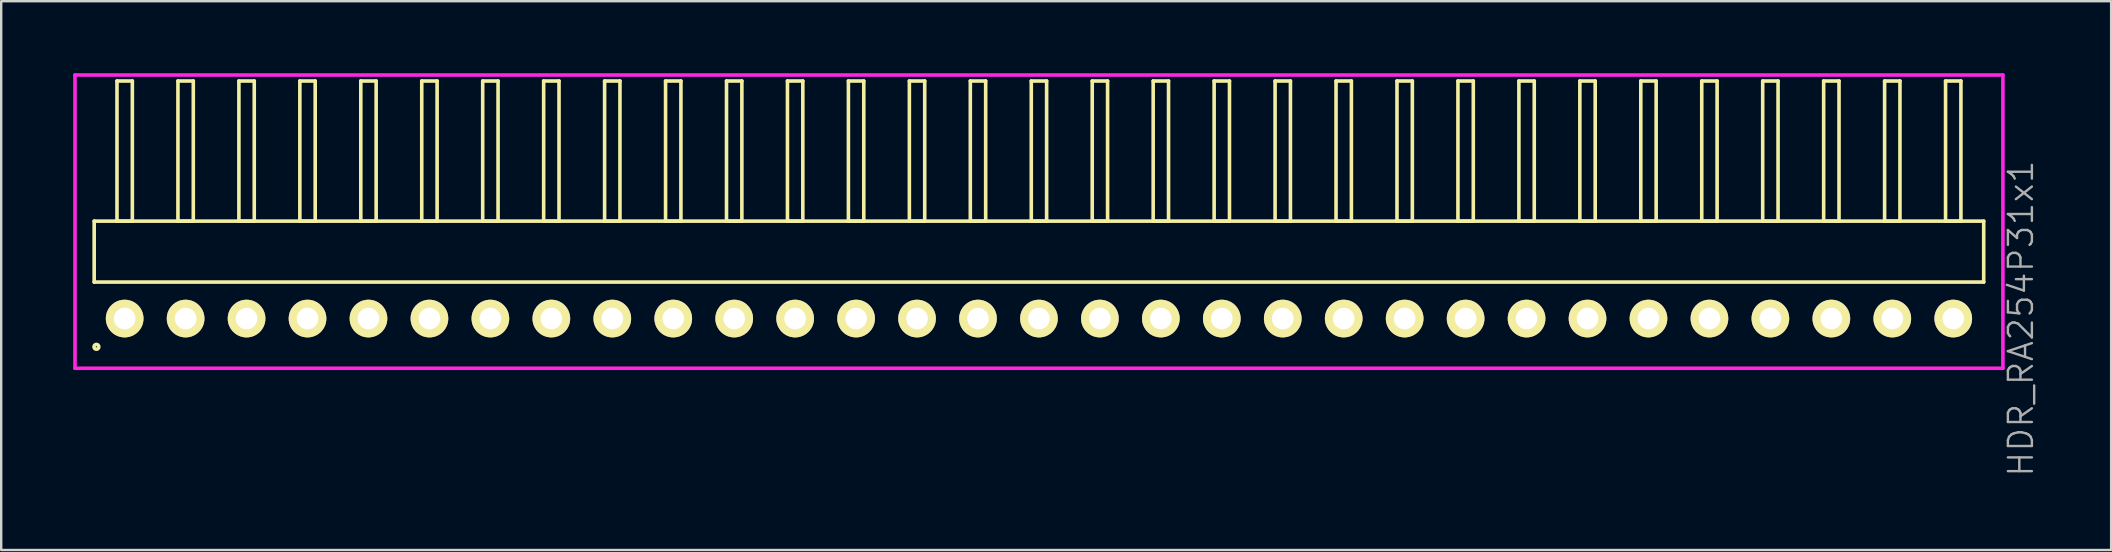
<source format=kicad_pcb>
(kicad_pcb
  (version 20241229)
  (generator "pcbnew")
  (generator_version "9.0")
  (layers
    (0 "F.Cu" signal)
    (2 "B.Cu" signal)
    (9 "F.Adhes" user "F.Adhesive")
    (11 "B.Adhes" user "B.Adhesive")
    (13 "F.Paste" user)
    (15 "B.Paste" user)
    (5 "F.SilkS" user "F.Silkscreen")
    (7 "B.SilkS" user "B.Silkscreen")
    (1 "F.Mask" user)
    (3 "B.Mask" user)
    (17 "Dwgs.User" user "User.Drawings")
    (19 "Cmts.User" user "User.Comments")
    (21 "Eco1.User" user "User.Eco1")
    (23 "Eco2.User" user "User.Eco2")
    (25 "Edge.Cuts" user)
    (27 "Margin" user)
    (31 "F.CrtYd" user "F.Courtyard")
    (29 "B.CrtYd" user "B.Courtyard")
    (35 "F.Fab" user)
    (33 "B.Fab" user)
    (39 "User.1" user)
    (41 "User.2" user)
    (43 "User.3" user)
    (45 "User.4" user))
  (footprint "HDR_RA254P31x1"
    (layer "F.Cu")
    (at 40.245 10.225)
    (property "Reference" "HDR_RA254P31x1" (at 40.92 0 90) (layer "F.Fab") (effects (font (size 1 1) (thickness 0.1))))
    (attr through_hole)
    (fp_line (start -39.37 -4.06) (end -39.37 -1.52) (stroke (width 0.15) (type solid)) (layer "F.SilkS"))
    (fp_line (start -39.37 -1.52) (end 39.37 -1.52) (stroke (width 0.15) (type solid)) (layer "F.SilkS"))
    (fp_line (start -38.42 -9.9) (end -38.42 -4.06) (stroke (width 0.15) (type solid)) (layer "F.SilkS"))
    (fp_line (start -38.42 -4.06) (end -37.78 -4.06) (stroke (width 0.15) (type solid)) (layer "F.SilkS"))
    (fp_line (start -37.78 -9.9) (end -38.42 -9.9) (stroke (width 0.15) (type solid)) (layer "F.SilkS"))
    (fp_line (start -37.78 -4.06) (end -37.78 -9.9) (stroke (width 0.15) (type solid)) (layer "F.SilkS"))
    (fp_line (start -35.88 -9.9) (end -35.88 -4.06) (stroke (width 0.15) (type solid)) (layer "F.SilkS"))
    (fp_line (start -35.88 -4.06) (end -35.24 -4.06) (stroke (width 0.15) (type solid)) (layer "F.SilkS"))
    (fp_line (start -35.24 -9.9) (end -35.88 -9.9) (stroke (width 0.15) (type solid)) (layer "F.SilkS"))
    (fp_line (start -35.24 -4.06) (end -35.24 -9.9) (stroke (width 0.15) (type solid)) (layer "F.SilkS"))
    (fp_line (start -33.34 -9.9) (end -33.34 -4.06) (stroke (width 0.15) (type solid)) (layer "F.SilkS"))
    (fp_line (start -33.34 -4.06) (end -32.7 -4.06) (stroke (width 0.15) (type solid)) (layer "F.SilkS"))
    (fp_line (start -32.7 -9.9) (end -33.34 -9.9) (stroke (width 0.15) (type solid)) (layer "F.SilkS"))
    (fp_line (start -32.7 -4.06) (end -32.7 -9.9) (stroke (width 0.15) (type solid)) (layer "F.SilkS"))
    (fp_line (start -30.8 -9.9) (end -30.8 -4.06) (stroke (width 0.15) (type solid)) (layer "F.SilkS"))
    (fp_line (start -30.8 -4.06) (end -30.16 -4.06) (stroke (width 0.15) (type solid)) (layer "F.SilkS"))
    (fp_line (start -30.16 -9.9) (end -30.8 -9.9) (stroke (width 0.15) (type solid)) (layer "F.SilkS"))
    (fp_line (start -30.16 -4.06) (end -30.16 -9.9) (stroke (width 0.15) (type solid)) (layer "F.SilkS"))
    (fp_line (start -28.26 -9.9) (end -28.26 -4.06) (stroke (width 0.15) (type solid)) (layer "F.SilkS"))
    (fp_line (start -28.26 -4.06) (end -27.62 -4.06) (stroke (width 0.15) (type solid)) (layer "F.SilkS"))
    (fp_line (start -27.62 -9.9) (end -28.26 -9.9) (stroke (width 0.15) (type solid)) (layer "F.SilkS"))
    (fp_line (start -27.62 -4.06) (end -27.62 -9.9) (stroke (width 0.15) (type solid)) (layer "F.SilkS"))
    (fp_line (start -25.72 -9.9) (end -25.72 -4.06) (stroke (width 0.15) (type solid)) (layer "F.SilkS"))
    (fp_line (start -25.72 -4.06) (end -25.08 -4.06) (stroke (width 0.15) (type solid)) (layer "F.SilkS"))
    (fp_line (start -25.08 -9.9) (end -25.72 -9.9) (stroke (width 0.15) (type solid)) (layer "F.SilkS"))
    (fp_line (start -25.08 -4.06) (end -25.08 -9.9) (stroke (width 0.15) (type solid)) (layer "F.SilkS"))
    (fp_line (start -23.18 -9.9) (end -23.18 -4.06) (stroke (width 0.15) (type solid)) (layer "F.SilkS"))
    (fp_line (start -23.18 -4.06) (end -22.54 -4.06) (stroke (width 0.15) (type solid)) (layer "F.SilkS"))
    (fp_line (start -22.54 -9.9) (end -23.18 -9.9) (stroke (width 0.15) (type solid)) (layer "F.SilkS"))
    (fp_line (start -22.54 -4.06) (end -22.54 -9.9) (stroke (width 0.15) (type solid)) (layer "F.SilkS"))
    (fp_line (start -20.64 -9.9) (end -20.64 -4.06) (stroke (width 0.15) (type solid)) (layer "F.SilkS"))
    (fp_line (start -20.64 -4.06) (end -20 -4.06) (stroke (width 0.15) (type solid)) (layer "F.SilkS"))
    (fp_line (start -20 -9.9) (end -20.64 -9.9) (stroke (width 0.15) (type solid)) (layer "F.SilkS"))
    (fp_line (start -20 -4.06) (end -20 -9.9) (stroke (width 0.15) (type solid)) (layer "F.SilkS"))
    (fp_line (start -18.1 -9.9) (end -18.1 -4.06) (stroke (width 0.15) (type solid)) (layer "F.SilkS"))
    (fp_line (start -18.1 -4.06) (end -17.46 -4.06) (stroke (width 0.15) (type solid)) (layer "F.SilkS"))
    (fp_line (start -17.46 -9.9) (end -18.1 -9.9) (stroke (width 0.15) (type solid)) (layer "F.SilkS"))
    (fp_line (start -17.46 -4.06) (end -17.46 -9.9) (stroke (width 0.15) (type solid)) (layer "F.SilkS"))
    (fp_line (start -15.56 -9.9) (end -15.56 -4.06) (stroke (width 0.15) (type solid)) (layer "F.SilkS"))
    (fp_line (start -15.56 -4.06) (end -14.92 -4.06) (stroke (width 0.15) (type solid)) (layer "F.SilkS"))
    (fp_line (start -14.92 -9.9) (end -15.56 -9.9) (stroke (width 0.15) (type solid)) (layer "F.SilkS"))
    (fp_line (start -14.92 -4.06) (end -14.92 -9.9) (stroke (width 0.15) (type solid)) (layer "F.SilkS"))
    (fp_line (start -13.02 -9.9) (end -13.02 -4.06) (stroke (width 0.15) (type solid)) (layer "F.SilkS"))
    (fp_line (start -13.02 -4.06) (end -12.38 -4.06) (stroke (width 0.15) (type solid)) (layer "F.SilkS"))
    (fp_line (start -12.38 -9.9) (end -13.02 -9.9) (stroke (width 0.15) (type solid)) (layer "F.SilkS"))
    (fp_line (start -12.38 -4.06) (end -12.38 -9.9) (stroke (width 0.15) (type solid)) (layer "F.SilkS"))
    (fp_line (start -10.48 -9.9) (end -10.48 -4.06) (stroke (width 0.15) (type solid)) (layer "F.SilkS"))
    (fp_line (start -10.48 -4.06) (end -9.84 -4.06) (stroke (width 0.15) (type solid)) (layer "F.SilkS"))
    (fp_line (start -9.84 -9.9) (end -10.48 -9.9) (stroke (width 0.15) (type solid)) (layer "F.SilkS"))
    (fp_line (start -9.84 -4.06) (end -9.84 -9.9) (stroke (width 0.15) (type solid)) (layer "F.SilkS"))
    (fp_line (start -7.94 -9.9) (end -7.94 -4.06) (stroke (width 0.15) (type solid)) (layer "F.SilkS"))
    (fp_line (start -7.94 -4.06) (end -7.3 -4.06) (stroke (width 0.15) (type solid)) (layer "F.SilkS"))
    (fp_line (start -7.3 -9.9) (end -7.94 -9.9) (stroke (width 0.15) (type solid)) (layer "F.SilkS"))
    (fp_line (start -7.3 -4.06) (end -7.3 -9.9) (stroke (width 0.15) (type solid)) (layer "F.SilkS"))
    (fp_line (start -5.4 -9.9) (end -5.4 -4.06) (stroke (width 0.15) (type solid)) (layer "F.SilkS"))
    (fp_line (start -5.4 -4.06) (end -4.76 -4.06) (stroke (width 0.15) (type solid)) (layer "F.SilkS"))
    (fp_line (start -4.76 -9.9) (end -5.4 -9.9) (stroke (width 0.15) (type solid)) (layer "F.SilkS"))
    (fp_line (start -4.76 -4.06) (end -4.76 -9.9) (stroke (width 0.15) (type solid)) (layer "F.SilkS"))
    (fp_line (start -2.86 -9.9) (end -2.86 -4.06) (stroke (width 0.15) (type solid)) (layer "F.SilkS"))
    (fp_line (start -2.86 -4.06) (end -2.22 -4.06) (stroke (width 0.15) (type solid)) (layer "F.SilkS"))
    (fp_line (start -2.22 -9.9) (end -2.86 -9.9) (stroke (width 0.15) (type solid)) (layer "F.SilkS"))
    (fp_line (start -2.22 -4.06) (end -2.22 -9.9) (stroke (width 0.15) (type solid)) (layer "F.SilkS"))
    (fp_line (start -0.32 -9.9) (end -0.32 -4.06) (stroke (width 0.15) (type solid)) (layer "F.SilkS"))
    (fp_line (start -0.32 -4.06) (end 0.32 -4.06) (stroke (width 0.15) (type solid)) (layer "F.SilkS"))
    (fp_line (start 0.32 -9.9) (end -0.32 -9.9) (stroke (width 0.15) (type solid)) (layer "F.SilkS"))
    (fp_line (start 0.32 -4.06) (end 0.32 -9.9) (stroke (width 0.15) (type solid)) (layer "F.SilkS"))
    (fp_line (start 2.22 -9.9) (end 2.22 -4.06) (stroke (width 0.15) (type solid)) (layer "F.SilkS"))
    (fp_line (start 2.22 -4.06) (end 2.86 -4.06) (stroke (width 0.15) (type solid)) (layer "F.SilkS"))
    (fp_line (start 2.86 -9.9) (end 2.22 -9.9) (stroke (width 0.15) (type solid)) (layer "F.SilkS"))
    (fp_line (start 2.86 -4.06) (end 2.86 -9.9) (stroke (width 0.15) (type solid)) (layer "F.SilkS"))
    (fp_line (start 4.76 -9.9) (end 4.76 -4.06) (stroke (width 0.15) (type solid)) (layer "F.SilkS"))
    (fp_line (start 4.76 -4.06) (end 5.4 -4.06) (stroke (width 0.15) (type solid)) (layer "F.SilkS"))
    (fp_line (start 5.4 -9.9) (end 4.76 -9.9) (stroke (width 0.15) (type solid)) (layer "F.SilkS"))
    (fp_line (start 5.4 -4.06) (end 5.4 -9.9) (stroke (width 0.15) (type solid)) (layer "F.SilkS"))
    (fp_line (start 7.3 -9.9) (end 7.3 -4.06) (stroke (width 0.15) (type solid)) (layer "F.SilkS"))
    (fp_line (start 7.3 -4.06) (end 7.94 -4.06) (stroke (width 0.15) (type solid)) (layer "F.SilkS"))
    (fp_line (start 7.94 -9.9) (end 7.3 -9.9) (stroke (width 0.15) (type solid)) (layer "F.SilkS"))
    (fp_line (start 7.94 -4.06) (end 7.94 -9.9) (stroke (width 0.15) (type solid)) (layer "F.SilkS"))
    (fp_line (start 9.84 -9.9) (end 9.84 -4.06) (stroke (width 0.15) (type solid)) (layer "F.SilkS"))
    (fp_line (start 9.84 -4.06) (end 10.48 -4.06) (stroke (width 0.15) (type solid)) (layer "F.SilkS"))
    (fp_line (start 10.48 -9.9) (end 9.84 -9.9) (stroke (width 0.15) (type solid)) (layer "F.SilkS"))
    (fp_line (start 10.48 -4.06) (end 10.48 -9.9) (stroke (width 0.15) (type solid)) (layer "F.SilkS"))
    (fp_line (start 12.38 -9.9) (end 12.38 -4.06) (stroke (width 0.15) (type solid)) (layer "F.SilkS"))
    (fp_line (start 12.38 -4.06) (end 13.02 -4.06) (stroke (width 0.15) (type solid)) (layer "F.SilkS"))
    (fp_line (start 13.02 -9.9) (end 12.38 -9.9) (stroke (width 0.15) (type solid)) (layer "F.SilkS"))
    (fp_line (start 13.02 -4.06) (end 13.02 -9.9) (stroke (width 0.15) (type solid)) (layer "F.SilkS"))
    (fp_line (start 14.92 -9.9) (end 14.92 -4.06) (stroke (width 0.15) (type solid)) (layer "F.SilkS"))
    (fp_line (start 14.92 -4.06) (end 15.56 -4.06) (stroke (width 0.15) (type solid)) (layer "F.SilkS"))
    (fp_line (start 15.56 -9.9) (end 14.92 -9.9) (stroke (width 0.15) (type solid)) (layer "F.SilkS"))
    (fp_line (start 15.56 -4.06) (end 15.56 -9.9) (stroke (width 0.15) (type solid)) (layer "F.SilkS"))
    (fp_line (start 17.46 -9.9) (end 17.46 -4.06) (stroke (width 0.15) (type solid)) (layer "F.SilkS"))
    (fp_line (start 17.46 -4.06) (end 18.1 -4.06) (stroke (width 0.15) (type solid)) (layer "F.SilkS"))
    (fp_line (start 18.1 -9.9) (end 17.46 -9.9) (stroke (width 0.15) (type solid)) (layer "F.SilkS"))
    (fp_line (start 18.1 -4.06) (end 18.1 -9.9) (stroke (width 0.15) (type solid)) (layer "F.SilkS"))
    (fp_line (start 20 -9.9) (end 20 -4.06) (stroke (width 0.15) (type solid)) (layer "F.SilkS"))
    (fp_line (start 20 -4.06) (end 20.64 -4.06) (stroke (width 0.15) (type solid)) (layer "F.SilkS"))
    (fp_line (start 20.64 -9.9) (end 20 -9.9) (stroke (width 0.15) (type solid)) (layer "F.SilkS"))
    (fp_line (start 20.64 -4.06) (end 20.64 -9.9) (stroke (width 0.15) (type solid)) (layer "F.SilkS"))
    (fp_line (start 22.54 -9.9) (end 22.54 -4.06) (stroke (width 0.15) (type solid)) (layer "F.SilkS"))
    (fp_line (start 22.54 -4.06) (end 23.18 -4.06) (stroke (width 0.15) (type solid)) (layer "F.SilkS"))
    (fp_line (start 23.18 -9.9) (end 22.54 -9.9) (stroke (width 0.15) (type solid)) (layer "F.SilkS"))
    (fp_line (start 23.18 -4.06) (end 23.18 -9.9) (stroke (width 0.15) (type solid)) (layer "F.SilkS"))
    (fp_line (start 25.08 -9.9) (end 25.08 -4.06) (stroke (width 0.15) (type solid)) (layer "F.SilkS"))
    (fp_line (start 25.08 -4.06) (end 25.72 -4.06) (stroke (width 0.15) (type solid)) (layer "F.SilkS"))
    (fp_line (start 25.72 -9.9) (end 25.08 -9.9) (stroke (width 0.15) (type solid)) (layer "F.SilkS"))
    (fp_line (start 25.72 -4.06) (end 25.72 -9.9) (stroke (width 0.15) (type solid)) (layer "F.SilkS"))
    (fp_line (start 27.62 -9.9) (end 27.62 -4.06) (stroke (width 0.15) (type solid)) (layer "F.SilkS"))
    (fp_line (start 27.62 -4.06) (end 28.26 -4.06) (stroke (width 0.15) (type solid)) (layer "F.SilkS"))
    (fp_line (start 28.26 -9.9) (end 27.62 -9.9) (stroke (width 0.15) (type solid)) (layer "F.SilkS"))
    (fp_line (start 28.26 -4.06) (end 28.26 -9.9) (stroke (width 0.15) (type solid)) (layer "F.SilkS"))
    (fp_line (start 30.16 -9.9) (end 30.16 -4.06) (stroke (width 0.15) (type solid)) (layer "F.SilkS"))
    (fp_line (start 30.16 -4.06) (end 30.8 -4.06) (stroke (width 0.15) (type solid)) (layer "F.SilkS"))
    (fp_line (start 30.8 -9.9) (end 30.16 -9.9) (stroke (width 0.15) (type solid)) (layer "F.SilkS"))
    (fp_line (start 30.8 -4.06) (end 30.8 -9.9) (stroke (width 0.15) (type solid)) (layer "F.SilkS"))
    (fp_line (start 32.7 -9.9) (end 32.7 -4.06) (stroke (width 0.15) (type solid)) (layer "F.SilkS"))
    (fp_line (start 32.7 -4.06) (end 33.34 -4.06) (stroke (width 0.15) (type solid)) (layer "F.SilkS"))
    (fp_line (start 33.34 -9.9) (end 32.7 -9.9) (stroke (width 0.15) (type solid)) (layer "F.SilkS"))
    (fp_line (start 33.34 -4.06) (end 33.34 -9.9) (stroke (width 0.15) (type solid)) (layer "F.SilkS"))
    (fp_line (start 35.24 -9.9) (end 35.24 -4.06) (stroke (width 0.15) (type solid)) (layer "F.SilkS"))
    (fp_line (start 35.24 -4.06) (end 35.88 -4.06) (stroke (width 0.15) (type solid)) (layer "F.SilkS"))
    (fp_line (start 35.88 -9.9) (end 35.24 -9.9) (stroke (width 0.15) (type solid)) (layer "F.SilkS"))
    (fp_line (start 35.88 -4.06) (end 35.88 -9.9) (stroke (width 0.15) (type solid)) (layer "F.SilkS"))
    (fp_line (start 37.78 -9.9) (end 37.78 -4.06) (stroke (width 0.15) (type solid)) (layer "F.SilkS"))
    (fp_line (start 37.78 -4.06) (end 38.42 -4.06) (stroke (width 0.15) (type solid)) (layer "F.SilkS"))
    (fp_line (start 38.42 -9.9) (end 37.78 -9.9) (stroke (width 0.15) (type solid)) (layer "F.SilkS"))
    (fp_line (start 38.42 -4.06) (end 38.42 -9.9) (stroke (width 0.15) (type solid)) (layer "F.SilkS"))
    (fp_line (start 39.37 -4.06) (end -39.37 -4.06) (stroke (width 0.15) (type solid)) (layer "F.SilkS"))
    (fp_line (start 39.37 -1.52) (end 39.37 -4.06) (stroke (width 0.15) (type solid)) (layer "F.SilkS"))
    (fp_circle (center -39.277 1.178) (end -39.177 1.178) (stroke (width 0.15) (type solid)) (fill no) (layer "F.SilkS"))
    (fp_line (start -40.17 -10.15) (end -40.17 2.07) (stroke (width 0.15) (type solid)) (layer "F.CrtYd"))
    (fp_line (start -40.17 2.07) (end 40.17 2.07) (stroke (width 0.15) (type solid)) (layer "F.CrtYd"))
    (fp_line (start 40.17 -10.15) (end -40.17 -10.15) (stroke (width 0.15) (type solid)) (layer "F.CrtYd"))
    (fp_line (start 40.17 2.07) (end 40.17 -10.15) (stroke (width 0.15) (type solid)) (layer "F.CrtYd"))
    (pad "1" thru_hole oval (at -38.1 0) (size 1.57 1.57) (drill 0.9) (layers "*.Cu" "*.Mask" "F.SilkS"))
    (pad "2" thru_hole oval (at -35.56 0) (size 1.57 1.57) (drill 0.9) (layers "*.Cu" "*.Mask" "F.SilkS"))
    (pad "3" thru_hole oval (at -33.02 0) (size 1.57 1.57) (drill 0.9) (layers "*.Cu" "*.Mask" "F.SilkS"))
    (pad "4" thru_hole oval (at -30.48 0) (size 1.57 1.57) (drill 0.9) (layers "*.Cu" "*.Mask" "F.SilkS"))
    (pad "5" thru_hole oval (at -27.94 0) (size 1.57 1.57) (drill 0.9) (layers "*.Cu" "*.Mask" "F.SilkS"))
    (pad "6" thru_hole oval (at -25.4 0) (size 1.57 1.57) (drill 0.9) (layers "*.Cu" "*.Mask" "F.SilkS"))
    (pad "7" thru_hole oval (at -22.86 0) (size 1.57 1.57) (drill 0.9) (layers "*.Cu" "*.Mask" "F.SilkS"))
    (pad "8" thru_hole oval (at -20.32 0) (size 1.57 1.57) (drill 0.9) (layers "*.Cu" "*.Mask" "F.SilkS"))
    (pad "9" thru_hole oval (at -17.78 0) (size 1.57 1.57) (drill 0.9) (layers "*.Cu" "*.Mask" "F.SilkS"))
    (pad "10" thru_hole oval (at -15.24 0) (size 1.57 1.57) (drill 0.9) (layers "*.Cu" "*.Mask" "F.SilkS"))
    (pad "11" thru_hole oval (at -12.7 0) (size 1.57 1.57) (drill 0.9) (layers "*.Cu" "*.Mask" "F.SilkS"))
    (pad "12" thru_hole oval (at -10.16 0) (size 1.57 1.57) (drill 0.9) (layers "*.Cu" "*.Mask" "F.SilkS"))
    (pad "13" thru_hole oval (at -7.62 0) (size 1.57 1.57) (drill 0.9) (layers "*.Cu" "*.Mask" "F.SilkS"))
    (pad "14" thru_hole oval (at -5.08 0) (size 1.57 1.57) (drill 0.9) (layers "*.Cu" "*.Mask" "F.SilkS"))
    (pad "15" thru_hole oval (at -2.54 0) (size 1.57 1.57) (drill 0.9) (layers "*.Cu" "*.Mask" "F.SilkS"))
    (pad "16" thru_hole oval (at 0 0) (size 1.57 1.57) (drill 0.9) (layers "*.Cu" "*.Mask" "F.SilkS"))
    (pad "17" thru_hole oval (at 2.54 0) (size 1.57 1.57) (drill 0.9) (layers "*.Cu" "*.Mask" "F.SilkS"))
    (pad "18" thru_hole oval (at 5.08 0) (size 1.57 1.57) (drill 0.9) (layers "*.Cu" "*.Mask" "F.SilkS"))
    (pad "19" thru_hole oval (at 7.62 0) (size 1.57 1.57) (drill 0.9) (layers "*.Cu" "*.Mask" "F.SilkS"))
    (pad "20" thru_hole oval (at 10.16 0) (size 1.57 1.57) (drill 0.9) (layers "*.Cu" "*.Mask" "F.SilkS"))
    (pad "21" thru_hole oval (at 12.7 0) (size 1.57 1.57) (drill 0.9) (layers "*.Cu" "*.Mask" "F.SilkS"))
    (pad "22" thru_hole oval (at 15.24 0) (size 1.57 1.57) (drill 0.9) (layers "*.Cu" "*.Mask" "F.SilkS"))
    (pad "23" thru_hole oval (at 17.78 0) (size 1.57 1.57) (drill 0.9) (layers "*.Cu" "*.Mask" "F.SilkS"))
    (pad "24" thru_hole oval (at 20.32 0) (size 1.57 1.57) (drill 0.9) (layers "*.Cu" "*.Mask" "F.SilkS"))
    (pad "25" thru_hole oval (at 22.86 0) (size 1.57 1.57) (drill 0.9) (layers "*.Cu" "*.Mask" "F.SilkS"))
    (pad "26" thru_hole oval (at 25.4 0) (size 1.57 1.57) (drill 0.9) (layers "*.Cu" "*.Mask" "F.SilkS"))
    (pad "27" thru_hole oval (at 27.94 0) (size 1.57 1.57) (drill 0.9) (layers "*.Cu" "*.Mask" "F.SilkS"))
    (pad "28" thru_hole oval (at 30.48 0) (size 1.57 1.57) (drill 0.9) (layers "*.Cu" "*.Mask" "F.SilkS"))
    (pad "29" thru_hole oval (at 33.02 0) (size 1.57 1.57) (drill 0.9) (layers "*.Cu" "*.Mask" "F.SilkS"))
    (pad "30" thru_hole oval (at 35.56 0) (size 1.57 1.57) (drill 0.9) (layers "*.Cu" "*.Mask" "F.SilkS"))
    (pad "31" thru_hole oval (at 38.1 0) (size 1.57 1.57) (drill 0.9) (layers "*.Cu" "*.Mask" "F.SilkS")))
  (gr_rect
    (start -3 -3)
    (end 84.925 19.87)
    (stroke (width 0.1) (type default))
    (fill no)
    (layer "Edge.Cuts")))
</source>
